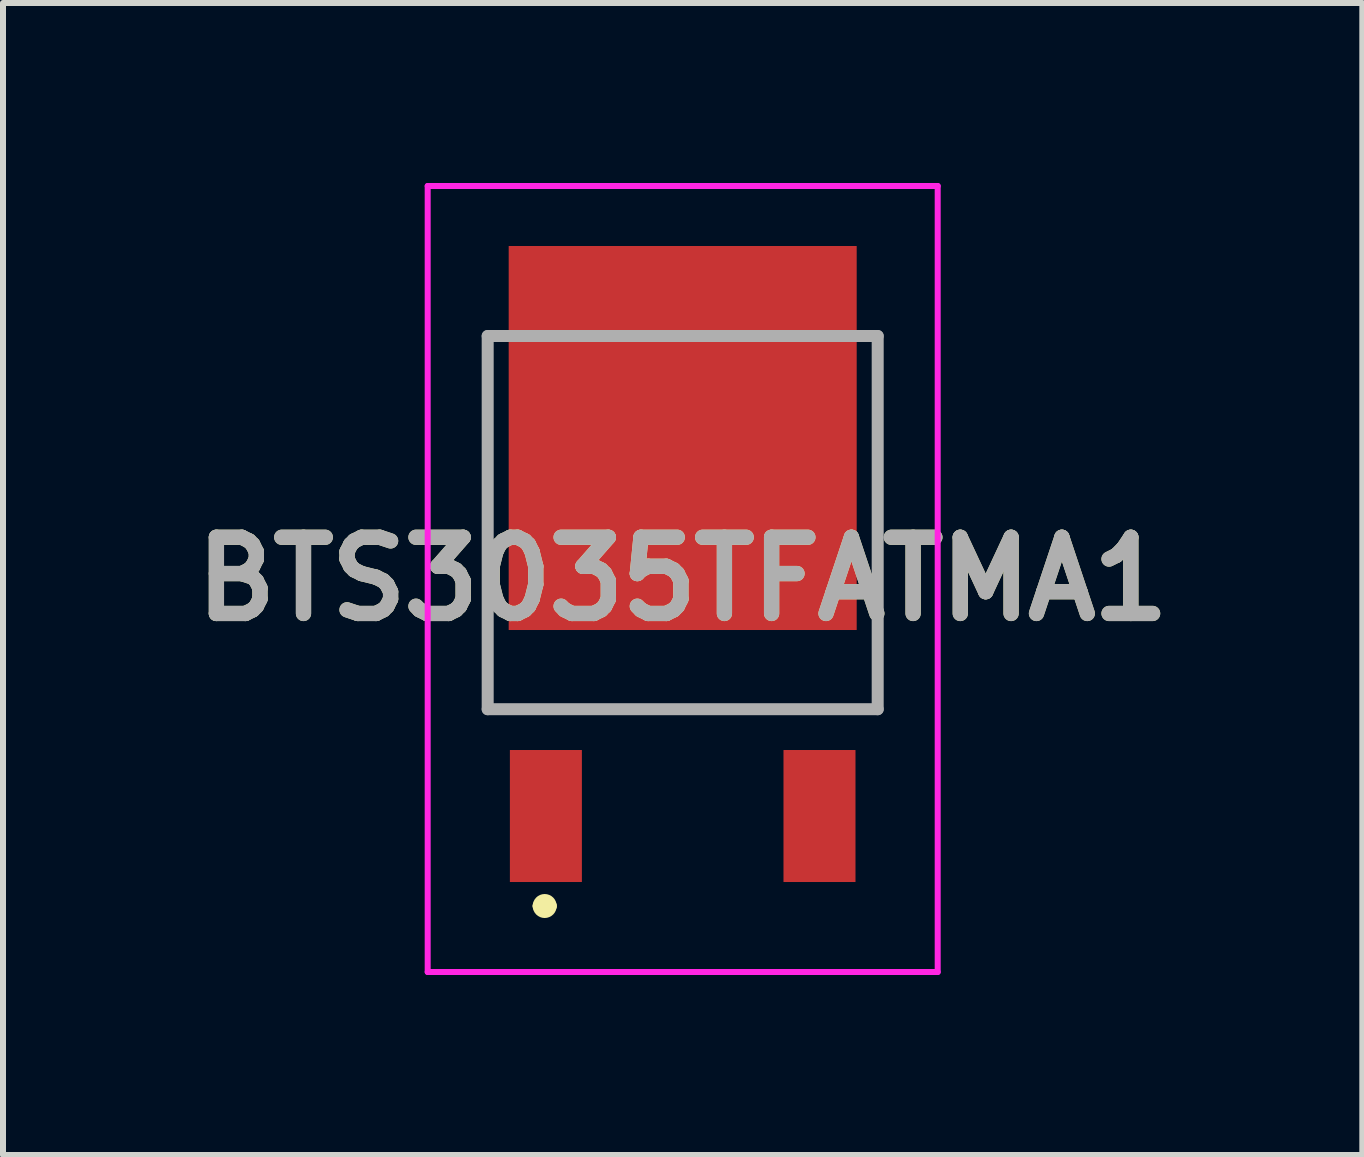
<source format=kicad_pcb>
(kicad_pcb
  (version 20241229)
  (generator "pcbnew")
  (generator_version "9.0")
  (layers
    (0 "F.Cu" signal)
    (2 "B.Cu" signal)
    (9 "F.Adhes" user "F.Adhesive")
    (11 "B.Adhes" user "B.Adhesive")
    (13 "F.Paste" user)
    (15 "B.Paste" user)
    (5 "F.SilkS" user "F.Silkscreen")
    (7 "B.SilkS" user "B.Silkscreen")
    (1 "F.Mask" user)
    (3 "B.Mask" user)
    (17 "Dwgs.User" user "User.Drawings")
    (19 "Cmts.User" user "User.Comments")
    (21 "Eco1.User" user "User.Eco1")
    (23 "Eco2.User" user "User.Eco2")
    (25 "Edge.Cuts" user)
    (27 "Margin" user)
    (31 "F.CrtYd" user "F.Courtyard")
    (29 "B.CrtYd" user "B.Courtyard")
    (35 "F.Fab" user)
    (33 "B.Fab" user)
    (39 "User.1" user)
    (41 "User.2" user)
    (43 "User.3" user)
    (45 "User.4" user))
  (footprint "BTS3035TFATMA1"
    (layer "F.Cu")
    (at 8.328 1.05)
    (property "Reference" "BTS3035TFATMA1" (at 0 5.55 0) (layer "F.SilkS") (effects (font (size 1.27 1.27) (thickness 0.254))))
    (attr smd)
    (fp_line (start -3.25 1.5) (end -3.25 7.72) (stroke (width 0.1) (type solid)) (layer "F.SilkS"))
    (fp_line (start -3.25 7.72) (end 3.25 7.72) (stroke (width 0.1) (type solid)) (layer "F.SilkS"))
    (fp_line (start -2.4 11) (end -2.4 11) (stroke (width 0.2) (type solid)) (layer "F.SilkS"))
    (fp_line (start -2.2 11) (end -2.2 11) (stroke (width 0.2) (type solid)) (layer "F.SilkS"))
    (fp_line (start 3.25 7.72) (end 3.25 1.5) (stroke (width 0.1) (type solid)) (layer "F.SilkS"))
    (fp_arc (start -2.4 11) (mid -2.3 10.9) (end -2.2 11) (stroke (width 0.2) (type solid)) (layer "F.SilkS"))
    (fp_arc (start -2.2 11) (mid -2.3 11.1) (end -2.4 11) (stroke (width 0.2) (type solid)) (layer "F.SilkS"))
    (fp_line (start -4.25 -1) (end 4.25 -1) (stroke (width 0.1) (type solid)) (layer "F.CrtYd"))
    (fp_line (start -4.25 12.1) (end -4.25 -1) (stroke (width 0.1) (type solid)) (layer "F.CrtYd"))
    (fp_line (start 4.25 -1) (end 4.25 12.1) (stroke (width 0.1) (type solid)) (layer "F.CrtYd"))
    (fp_line (start 4.25 12.1) (end -4.25 12.1) (stroke (width 0.1) (type solid)) (layer "F.CrtYd"))
    (fp_line (start -3.25 1.5) (end 3.25 1.5) (stroke (width 0.2) (type solid)) (layer "F.Fab"))
    (fp_line (start -3.25 7.72) (end -3.25 1.5) (stroke (width 0.2) (type solid)) (layer "F.Fab"))
    (fp_line (start 3.25 1.5) (end 3.25 7.72) (stroke (width 0.2) (type solid)) (layer "F.Fab"))
    (fp_line (start 3.25 7.72) (end -3.25 7.72) (stroke (width 0.2) (type solid)) (layer "F.Fab"))
    (fp_text user "${REFERENCE}" (at 0 5.55 0) (layer "F.Fab") (effects (font (size 1.27 1.27) (thickness 0.254))))
    (pad "1" smd rect (at -2.28 9.5) (size 1.2 2.2) (layers "F.Cu" "F.Mask" "F.Paste"))
    (pad "2" smd rect (at 0 3.2) (size 5.8 6.4) (layers "F.Cu" "F.Mask" "F.Paste"))
    (pad "3" smd rect (at 2.28 9.5) (size 1.2 2.2) (layers "F.Cu" "F.Mask" "F.Paste")))
  (gr_rect
    (start -3 -3)
    (end 19.655 16.2)
    (stroke (width 0.1) (type default))
    (fill no)
    (layer "Edge.Cuts")))
</source>
